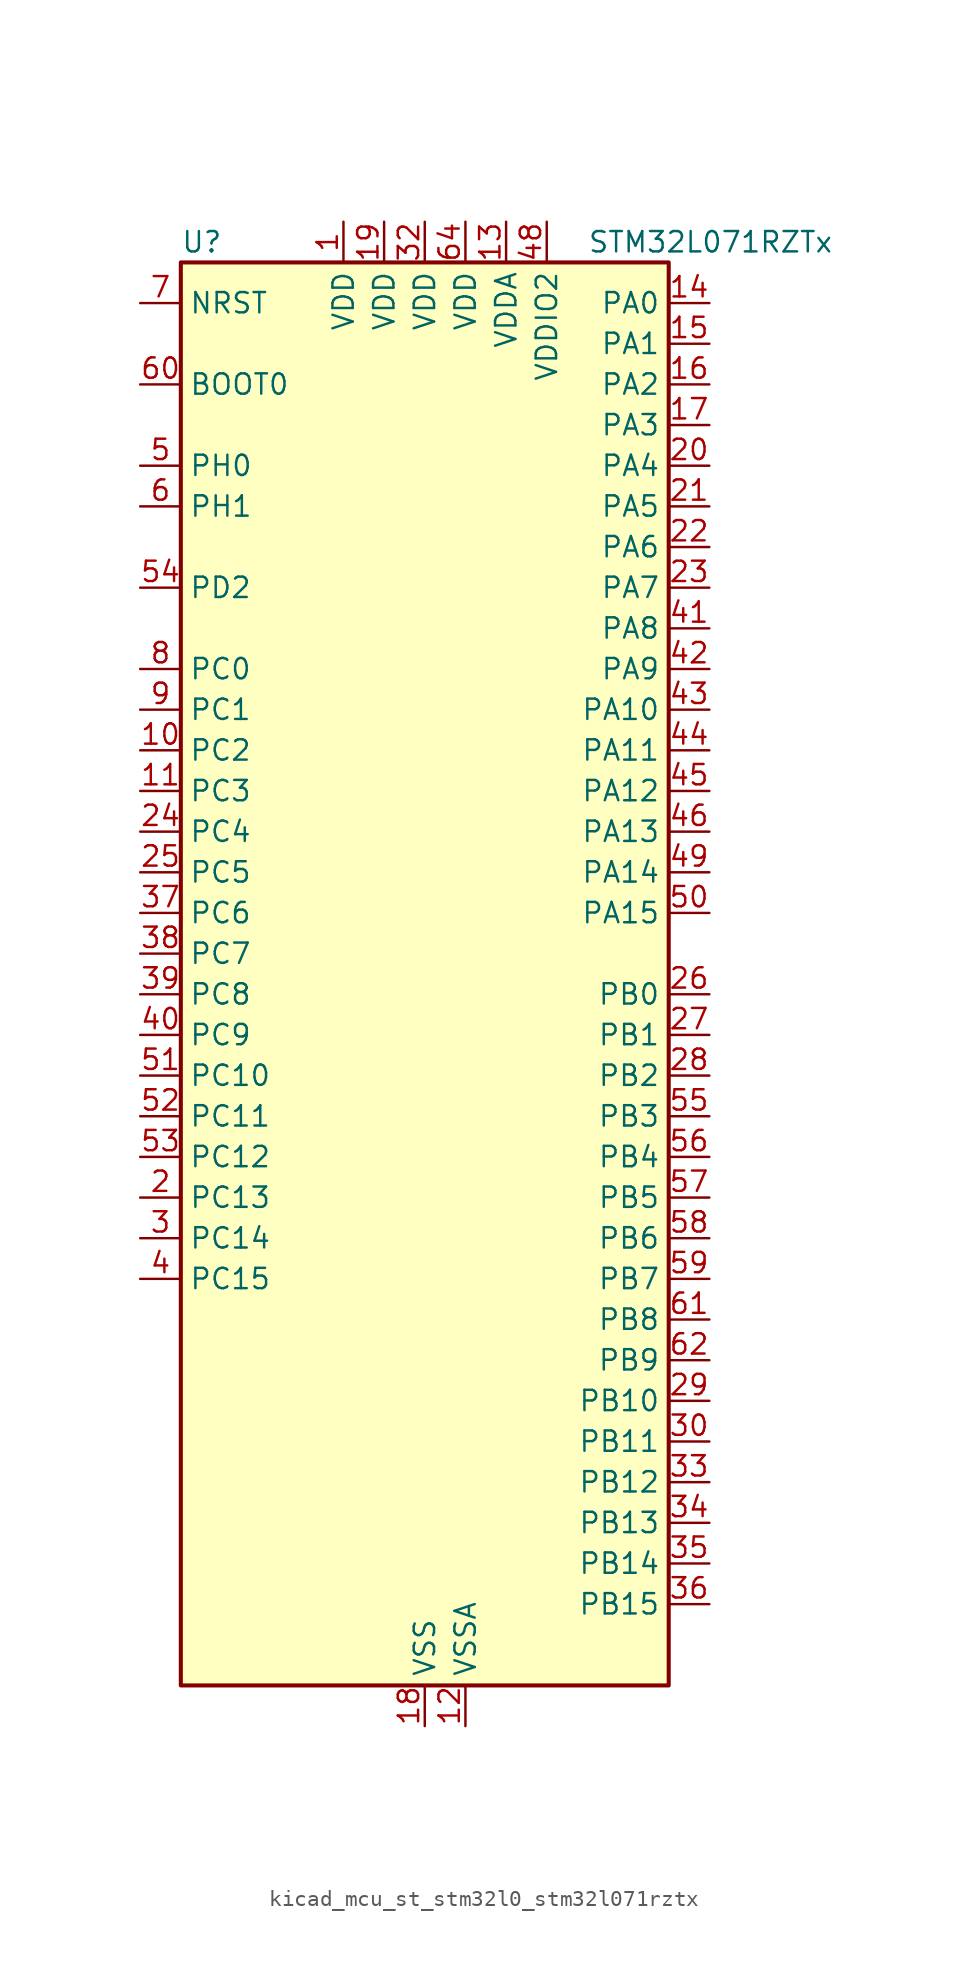
<source format=kicad_sym>
(kicad_symbol_lib
  (version 20220914)
  (generator kicad_symbol_editor)
  (symbol "kicad_mcu_st_stm32l0_stm32l071rztx"
    (property "Reference" "U"
      (at -15.24 46.99 0)
      (effects (font (size 1.27 1.27)) (justify left)))
    (property "Value" "STM32L071RZTx"
      (at 10.16 46.99 0)
      (effects (font (size 1.27 1.27)) (justify left)))
    (property "ki_locked" ""
      (at 0 0 0)
      (effects (font (size 1.27 1.27))))
    (symbol "kicad_mcu_st_stm32l0_stm32l071rztx_0_1"
      (rectangle (start -15.24 -43.18) (end 15.24 45.72) (stroke (width 0.254) (type default)) (fill (type background))))
    (symbol "kicad_mcu_st_stm32l0_stm32l071rztx_1_1"
      (pin power_in line (at -5.08 48.26 270) (length 2.54) (name "VDD" (effects (font (size 1.27 1.27)))) (number "1" (effects (font (size 1.27 1.27)))))
      (pin bidirectional line (at -17.78 15.24 0) (length 2.54) (name "PC2" (effects (font (size 1.27 1.27)))) (number "10" (effects (font (size 1.27 1.27)))) (alternate "ADC_IN12" bidirectional line) (alternate "I2S2_MCK" bidirectional line) (alternate "LPTIM1_IN2" bidirectional line) (alternate "SPI2_MISO" bidirectional line))
      (pin bidirectional line (at -17.78 12.7 0) (length 2.54) (name "PC3" (effects (font (size 1.27 1.27)))) (number "11" (effects (font (size 1.27 1.27)))) (alternate "ADC_IN13" bidirectional line) (alternate "I2S2_SD" bidirectional line) (alternate "LPTIM1_ETR" bidirectional line) (alternate "SPI2_MOSI" bidirectional line))
      (pin power_in line (at 2.54 -45.72 90) (length 2.54) (name "VSSA" (effects (font (size 1.27 1.27)))) (number "12" (effects (font (size 1.27 1.27)))))
      (pin power_in line (at 5.08 48.26 270) (length 2.54) (name "VDDA" (effects (font (size 1.27 1.27)))) (number "13" (effects (font (size 1.27 1.27)))))
      (pin bidirectional line (at 17.78 43.18 180) (length 2.54) (name "PA0" (effects (font (size 1.27 1.27)))) (number "14" (effects (font (size 1.27 1.27)))) (alternate "ADC_IN0" bidirectional line) (alternate "COMP1_INM" bidirectional line) (alternate "COMP1_OUT" bidirectional line) (alternate "RTC_TAMP2" bidirectional line) (alternate "SYS_WKUP1" bidirectional line) (alternate "TIM2_CH1" bidirectional line) (alternate "TIM2_ETR" bidirectional line) (alternate "USART2_CTS" bidirectional line) (alternate "USART4_TX" bidirectional line))
      (pin bidirectional line (at 17.78 40.64 180) (length 2.54) (name "PA1" (effects (font (size 1.27 1.27)))) (number "15" (effects (font (size 1.27 1.27)))) (alternate "ADC_IN1" bidirectional line) (alternate "COMP1_INP" bidirectional line) (alternate "TIM21_ETR" bidirectional line) (alternate "TIM2_CH2" bidirectional line) (alternate "USART2_DE" bidirectional line) (alternate "USART2_RTS" bidirectional line) (alternate "USART4_RX" bidirectional line))
      (pin bidirectional line (at 17.78 38.1 180) (length 2.54) (name "PA2" (effects (font (size 1.27 1.27)))) (number "16" (effects (font (size 1.27 1.27)))) (alternate "ADC_IN2" bidirectional line) (alternate "COMP2_INM" bidirectional line) (alternate "COMP2_OUT" bidirectional line) (alternate "LPUART1_TX" bidirectional line) (alternate "TIM21_CH1" bidirectional line) (alternate "TIM2_CH3" bidirectional line) (alternate "USART2_TX" bidirectional line))
      (pin bidirectional line (at 17.78 35.56 180) (length 2.54) (name "PA3" (effects (font (size 1.27 1.27)))) (number "17" (effects (font (size 1.27 1.27)))) (alternate "ADC_IN3" bidirectional line) (alternate "COMP2_INP" bidirectional line) (alternate "LPUART1_RX" bidirectional line) (alternate "TIM21_CH2" bidirectional line) (alternate "TIM2_CH4" bidirectional line) (alternate "USART2_RX" bidirectional line))
      (pin power_in line (at 0 -45.72 90) (length 2.54) (name "VSS" (effects (font (size 1.27 1.27)))) (number "18" (effects (font (size 1.27 1.27)))))
      (pin power_in line (at -2.54 48.26 270) (length 2.54) (name "VDD" (effects (font (size 1.27 1.27)))) (number "19" (effects (font (size 1.27 1.27)))))
      (pin bidirectional line (at -17.78 -12.7 0) (length 2.54) (name "PC13" (effects (font (size 1.27 1.27)))) (number "2" (effects (font (size 1.27 1.27)))) (alternate "RTC_OUT_ALARM" bidirectional line) (alternate "RTC_OUT_CALIB" bidirectional line) (alternate "RTC_TAMP1" bidirectional line) (alternate "RTC_TS" bidirectional line) (alternate "SYS_WKUP2" bidirectional line))
      (pin bidirectional line (at 17.78 33.02 180) (length 2.54) (name "PA4" (effects (font (size 1.27 1.27)))) (number "20" (effects (font (size 1.27 1.27)))) (alternate "ADC_IN4" bidirectional line) (alternate "COMP1_INM" bidirectional line) (alternate "COMP2_INM" bidirectional line) (alternate "SPI1_NSS" bidirectional line) (alternate "TIM22_ETR" bidirectional line) (alternate "USART2_CK" bidirectional line))
      (pin bidirectional line (at 17.78 30.48 180) (length 2.54) (name "PA5" (effects (font (size 1.27 1.27)))) (number "21" (effects (font (size 1.27 1.27)))) (alternate "ADC_IN5" bidirectional line) (alternate "COMP1_INM" bidirectional line) (alternate "COMP2_INM" bidirectional line) (alternate "SPI1_SCK" bidirectional line) (alternate "TIM2_CH1" bidirectional line) (alternate "TIM2_ETR" bidirectional line))
      (pin bidirectional line (at 17.78 27.94 180) (length 2.54) (name "PA6" (effects (font (size 1.27 1.27)))) (number "22" (effects (font (size 1.27 1.27)))) (alternate "ADC_IN6" bidirectional line) (alternate "COMP1_OUT" bidirectional line) (alternate "LPUART1_CTS" bidirectional line) (alternate "SPI1_MISO" bidirectional line) (alternate "TIM22_CH1" bidirectional line) (alternate "TIM3_CH1" bidirectional line))
      (pin bidirectional line (at 17.78 25.4 180) (length 2.54) (name "PA7" (effects (font (size 1.27 1.27)))) (number "23" (effects (font (size 1.27 1.27)))) (alternate "ADC_IN7" bidirectional line) (alternate "COMP2_OUT" bidirectional line) (alternate "SPI1_MOSI" bidirectional line) (alternate "TIM22_CH2" bidirectional line) (alternate "TIM3_CH2" bidirectional line))
      (pin bidirectional line (at -17.78 10.16 0) (length 2.54) (name "PC4" (effects (font (size 1.27 1.27)))) (number "24" (effects (font (size 1.27 1.27)))) (alternate "ADC_IN14" bidirectional line) (alternate "LPUART1_TX" bidirectional line))
      (pin bidirectional line (at -17.78 7.62 0) (length 2.54) (name "PC5" (effects (font (size 1.27 1.27)))) (number "25" (effects (font (size 1.27 1.27)))) (alternate "ADC_IN15" bidirectional line) (alternate "LPUART1_RX" bidirectional line))
      (pin bidirectional line (at 17.78 0 180) (length 2.54) (name "PB0" (effects (font (size 1.27 1.27)))) (number "26" (effects (font (size 1.27 1.27)))) (alternate "ADC_IN8" bidirectional line) (alternate "SYS_VREF_OUT_PB0" bidirectional line) (alternate "TIM3_CH3" bidirectional line))
      (pin bidirectional line (at 17.78 -2.54 180) (length 2.54) (name "PB1" (effects (font (size 1.27 1.27)))) (number "27" (effects (font (size 1.27 1.27)))) (alternate "ADC_IN9" bidirectional line) (alternate "LPUART1_DE" bidirectional line) (alternate "LPUART1_RTS" bidirectional line) (alternate "SYS_VREF_OUT_PB1" bidirectional line) (alternate "TIM3_CH4" bidirectional line))
      (pin bidirectional line (at 17.78 -5.08 180) (length 2.54) (name "PB2" (effects (font (size 1.27 1.27)))) (number "28" (effects (font (size 1.27 1.27)))) (alternate "I2C3_SMBA" bidirectional line) (alternate "LPTIM1_OUT" bidirectional line))
      (pin bidirectional line (at 17.78 -25.4 180) (length 2.54) (name "PB10" (effects (font (size 1.27 1.27)))) (number "29" (effects (font (size 1.27 1.27)))) (alternate "I2C2_SCL" bidirectional line) (alternate "LPUART1_RX" bidirectional line) (alternate "LPUART1_TX" bidirectional line) (alternate "SPI2_SCK" bidirectional line) (alternate "TIM2_CH3" bidirectional line))
      (pin bidirectional line (at -17.78 -15.24 0) (length 2.54) (name "PC14" (effects (font (size 1.27 1.27)))) (number "3" (effects (font (size 1.27 1.27)))) (alternate "RCC_OSC32_IN" bidirectional line))
      (pin bidirectional line (at 17.78 -27.94 180) (length 2.54) (name "PB11" (effects (font (size 1.27 1.27)))) (number "30" (effects (font (size 1.27 1.27)))) (alternate "ADC_EXTI11" bidirectional line) (alternate "I2C2_SDA" bidirectional line) (alternate "LPUART1_RX" bidirectional line) (alternate "LPUART1_TX" bidirectional line) (alternate "TIM2_CH4" bidirectional line))
      (pin passive line (at 0 -45.72 90) (length 2.54) hide (name "VSS" (effects (font (size 1.27 1.27)))) (number "31" (effects (font (size 1.27 1.27)))))
      (pin power_in line (at 0 48.26 270) (length 2.54) (name "VDD" (effects (font (size 1.27 1.27)))) (number "32" (effects (font (size 1.27 1.27)))))
      (pin bidirectional line (at 17.78 -30.48 180) (length 2.54) (name "PB12" (effects (font (size 1.27 1.27)))) (number "33" (effects (font (size 1.27 1.27)))) (alternate "I2S2_WS" bidirectional line) (alternate "LPUART1_DE" bidirectional line) (alternate "LPUART1_RTS" bidirectional line) (alternate "SPI2_NSS" bidirectional line))
      (pin bidirectional line (at 17.78 -33.02 180) (length 2.54) (name "PB13" (effects (font (size 1.27 1.27)))) (number "34" (effects (font (size 1.27 1.27)))) (alternate "I2C2_SCL" bidirectional line) (alternate "I2S2_CK" bidirectional line) (alternate "LPUART1_CTS" bidirectional line) (alternate "RCC_MCO" bidirectional line) (alternate "SPI2_SCK" bidirectional line) (alternate "TIM21_CH1" bidirectional line))
      (pin bidirectional line (at 17.78 -35.56 180) (length 2.54) (name "PB14" (effects (font (size 1.27 1.27)))) (number "35" (effects (font (size 1.27 1.27)))) (alternate "I2C2_SDA" bidirectional line) (alternate "I2S2_MCK" bidirectional line) (alternate "LPUART1_DE" bidirectional line) (alternate "LPUART1_RTS" bidirectional line) (alternate "RTC_OUT_ALARM" bidirectional line) (alternate "RTC_OUT_CALIB" bidirectional line) (alternate "SPI2_MISO" bidirectional line) (alternate "TIM21_CH2" bidirectional line))
      (pin bidirectional line (at 17.78 -38.1 180) (length 2.54) (name "PB15" (effects (font (size 1.27 1.27)))) (number "36" (effects (font (size 1.27 1.27)))) (alternate "I2S2_SD" bidirectional line) (alternate "RTC_REFIN" bidirectional line) (alternate "SPI2_MOSI" bidirectional line))
      (pin bidirectional line (at -17.78 5.08 0) (length 2.54) (name "PC6" (effects (font (size 1.27 1.27)))) (number "37" (effects (font (size 1.27 1.27)))) (alternate "TIM22_CH1" bidirectional line) (alternate "TIM3_CH1" bidirectional line))
      (pin bidirectional line (at -17.78 2.54 0) (length 2.54) (name "PC7" (effects (font (size 1.27 1.27)))) (number "38" (effects (font (size 1.27 1.27)))) (alternate "TIM22_CH2" bidirectional line) (alternate "TIM3_CH2" bidirectional line))
      (pin bidirectional line (at -17.78 0 0) (length 2.54) (name "PC8" (effects (font (size 1.27 1.27)))) (number "39" (effects (font (size 1.27 1.27)))) (alternate "TIM22_ETR" bidirectional line) (alternate "TIM3_CH3" bidirectional line))
      (pin bidirectional line (at -17.78 -17.78 0) (length 2.54) (name "PC15" (effects (font (size 1.27 1.27)))) (number "4" (effects (font (size 1.27 1.27)))) (alternate "RCC_OSC32_OUT" bidirectional line))
      (pin bidirectional line (at -17.78 -2.54 0) (length 2.54) (name "PC9" (effects (font (size 1.27 1.27)))) (number "40" (effects (font (size 1.27 1.27)))) (alternate "I2C3_SDA" bidirectional line) (alternate "TIM21_ETR" bidirectional line) (alternate "TIM3_CH4" bidirectional line))
      (pin bidirectional line (at 17.78 22.86 180) (length 2.54) (name "PA8" (effects (font (size 1.27 1.27)))) (number "41" (effects (font (size 1.27 1.27)))) (alternate "I2C3_SCL" bidirectional line) (alternate "RCC_MCO" bidirectional line) (alternate "USART1_CK" bidirectional line))
      (pin bidirectional line (at 17.78 20.32 180) (length 2.54) (name "PA9" (effects (font (size 1.27 1.27)))) (number "42" (effects (font (size 1.27 1.27)))) (alternate "I2C1_SCL" bidirectional line) (alternate "I2C3_SMBA" bidirectional line) (alternate "RCC_MCO" bidirectional line) (alternate "USART1_TX" bidirectional line))
      (pin bidirectional line (at 17.78 17.78 180) (length 2.54) (name "PA10" (effects (font (size 1.27 1.27)))) (number "43" (effects (font (size 1.27 1.27)))) (alternate "I2C1_SDA" bidirectional line) (alternate "USART1_RX" bidirectional line))
      (pin bidirectional line (at 17.78 15.24 180) (length 2.54) (name "PA11" (effects (font (size 1.27 1.27)))) (number "44" (effects (font (size 1.27 1.27)))) (alternate "ADC_EXTI11" bidirectional line) (alternate "COMP1_OUT" bidirectional line) (alternate "SPI1_MISO" bidirectional line) (alternate "USART1_CTS" bidirectional line))
      (pin bidirectional line (at 17.78 12.7 180) (length 2.54) (name "PA12" (effects (font (size 1.27 1.27)))) (number "45" (effects (font (size 1.27 1.27)))) (alternate "COMP2_OUT" bidirectional line) (alternate "SPI1_MOSI" bidirectional line) (alternate "USART1_DE" bidirectional line) (alternate "USART1_RTS" bidirectional line))
      (pin bidirectional line (at 17.78 10.16 180) (length 2.54) (name "PA13" (effects (font (size 1.27 1.27)))) (number "46" (effects (font (size 1.27 1.27)))) (alternate "LPUART1_RX" bidirectional line) (alternate "SYS_SWDIO" bidirectional line))
      (pin passive line (at 0 -45.72 90) (length 2.54) hide (name "VSS" (effects (font (size 1.27 1.27)))) (number "47" (effects (font (size 1.27 1.27)))))
      (pin power_in line (at 7.62 48.26 270) (length 2.54) (name "VDDIO2" (effects (font (size 1.27 1.27)))) (number "48" (effects (font (size 1.27 1.27)))))
      (pin bidirectional line (at 17.78 7.62 180) (length 2.54) (name "PA14" (effects (font (size 1.27 1.27)))) (number "49" (effects (font (size 1.27 1.27)))) (alternate "LPUART1_TX" bidirectional line) (alternate "SYS_SWCLK" bidirectional line) (alternate "USART2_TX" bidirectional line))
      (pin bidirectional line (at -17.78 33.02 0) (length 2.54) (name "PH0" (effects (font (size 1.27 1.27)))) (number "5" (effects (font (size 1.27 1.27)))) (alternate "RCC_OSC_IN" bidirectional line))
      (pin bidirectional line (at 17.78 5.08 180) (length 2.54) (name "PA15" (effects (font (size 1.27 1.27)))) (number "50" (effects (font (size 1.27 1.27)))) (alternate "SPI1_NSS" bidirectional line) (alternate "TIM2_CH1" bidirectional line) (alternate "TIM2_ETR" bidirectional line) (alternate "USART2_RX" bidirectional line) (alternate "USART4_DE" bidirectional line) (alternate "USART4_RTS" bidirectional line))
      (pin bidirectional line (at -17.78 -5.08 0) (length 2.54) (name "PC10" (effects (font (size 1.27 1.27)))) (number "51" (effects (font (size 1.27 1.27)))) (alternate "LPUART1_TX" bidirectional line) (alternate "USART4_TX" bidirectional line))
      (pin bidirectional line (at -17.78 -7.62 0) (length 2.54) (name "PC11" (effects (font (size 1.27 1.27)))) (number "52" (effects (font (size 1.27 1.27)))) (alternate "ADC_EXTI11" bidirectional line) (alternate "LPUART1_RX" bidirectional line) (alternate "USART4_RX" bidirectional line))
      (pin bidirectional line (at -17.78 -10.16 0) (length 2.54) (name "PC12" (effects (font (size 1.27 1.27)))) (number "53" (effects (font (size 1.27 1.27)))) (alternate "USART4_CK" bidirectional line) (alternate "USART5_TX" bidirectional line))
      (pin bidirectional line (at -17.78 25.4 0) (length 2.54) (name "PD2" (effects (font (size 1.27 1.27)))) (number "54" (effects (font (size 1.27 1.27)))) (alternate "LPUART1_DE" bidirectional line) (alternate "LPUART1_RTS" bidirectional line) (alternate "TIM3_ETR" bidirectional line) (alternate "USART5_RX" bidirectional line))
      (pin bidirectional line (at 17.78 -7.62 180) (length 2.54) (name "PB3" (effects (font (size 1.27 1.27)))) (number "55" (effects (font (size 1.27 1.27)))) (alternate "COMP2_INM" bidirectional line) (alternate "SPI1_SCK" bidirectional line) (alternate "TIM2_CH2" bidirectional line) (alternate "USART1_DE" bidirectional line) (alternate "USART1_RTS" bidirectional line) (alternate "USART5_TX" bidirectional line))
      (pin bidirectional line (at 17.78 -10.16 180) (length 2.54) (name "PB4" (effects (font (size 1.27 1.27)))) (number "56" (effects (font (size 1.27 1.27)))) (alternate "COMP2_INP" bidirectional line) (alternate "I2C3_SDA" bidirectional line) (alternate "SPI1_MISO" bidirectional line) (alternate "TIM22_CH1" bidirectional line) (alternate "TIM3_CH1" bidirectional line) (alternate "USART1_CTS" bidirectional line) (alternate "USART5_RX" bidirectional line))
      (pin bidirectional line (at 17.78 -12.7 180) (length 2.54) (name "PB5" (effects (font (size 1.27 1.27)))) (number "57" (effects (font (size 1.27 1.27)))) (alternate "COMP2_INP" bidirectional line) (alternate "I2C1_SMBA" bidirectional line) (alternate "LPTIM1_IN1" bidirectional line) (alternate "SPI1_MOSI" bidirectional line) (alternate "TIM22_CH2" bidirectional line) (alternate "TIM3_CH2" bidirectional line) (alternate "USART1_CK" bidirectional line) (alternate "USART5_CK" bidirectional line) (alternate "USART5_DE" bidirectional line) (alternate "USART5_RTS" bidirectional line))
      (pin bidirectional line (at 17.78 -15.24 180) (length 2.54) (name "PB6" (effects (font (size 1.27 1.27)))) (number "58" (effects (font (size 1.27 1.27)))) (alternate "COMP2_INP" bidirectional line) (alternate "I2C1_SCL" bidirectional line) (alternate "LPTIM1_ETR" bidirectional line) (alternate "USART1_TX" bidirectional line))
      (pin bidirectional line (at 17.78 -17.78 180) (length 2.54) (name "PB7" (effects (font (size 1.27 1.27)))) (number "59" (effects (font (size 1.27 1.27)))) (alternate "COMP2_INP" bidirectional line) (alternate "I2C1_SDA" bidirectional line) (alternate "LPTIM1_IN2" bidirectional line) (alternate "SYS_PVD_IN" bidirectional line) (alternate "USART1_RX" bidirectional line) (alternate "USART4_CTS" bidirectional line))
      (pin bidirectional line (at -17.78 30.48 0) (length 2.54) (name "PH1" (effects (font (size 1.27 1.27)))) (number "6" (effects (font (size 1.27 1.27)))) (alternate "RCC_OSC_OUT" bidirectional line))
      (pin input line (at -17.78 38.1 0) (length 2.54) (name "BOOT0" (effects (font (size 1.27 1.27)))) (number "60" (effects (font (size 1.27 1.27)))))
      (pin bidirectional line (at 17.78 -20.32 180) (length 2.54) (name "PB8" (effects (font (size 1.27 1.27)))) (number "61" (effects (font (size 1.27 1.27)))) (alternate "I2C1_SCL" bidirectional line))
      (pin bidirectional line (at 17.78 -22.86 180) (length 2.54) (name "PB9" (effects (font (size 1.27 1.27)))) (number "62" (effects (font (size 1.27 1.27)))) (alternate "I2C1_SDA" bidirectional line) (alternate "I2S2_WS" bidirectional line) (alternate "SPI2_NSS" bidirectional line))
      (pin passive line (at 0 -45.72 90) (length 2.54) hide (name "VSS" (effects (font (size 1.27 1.27)))) (number "63" (effects (font (size 1.27 1.27)))))
      (pin power_in line (at 2.54 48.26 270) (length 2.54) (name "VDD" (effects (font (size 1.27 1.27)))) (number "64" (effects (font (size 1.27 1.27)))))
      (pin input line (at -17.78 43.18 0) (length 2.54) (name "NRST" (effects (font (size 1.27 1.27)))) (number "7" (effects (font (size 1.27 1.27)))))
      (pin bidirectional line (at -17.78 20.32 0) (length 2.54) (name "PC0" (effects (font (size 1.27 1.27)))) (number "8" (effects (font (size 1.27 1.27)))) (alternate "ADC_IN10" bidirectional line) (alternate "I2C3_SCL" bidirectional line) (alternate "LPTIM1_IN1" bidirectional line) (alternate "LPUART1_RX" bidirectional line))
      (pin bidirectional line (at -17.78 17.78 0) (length 2.54) (name "PC1" (effects (font (size 1.27 1.27)))) (number "9" (effects (font (size 1.27 1.27)))) (alternate "ADC_IN11" bidirectional line) (alternate "I2C3_SDA" bidirectional line) (alternate "LPTIM1_OUT" bidirectional line) (alternate "LPUART1_TX" bidirectional line)))))
</source>
